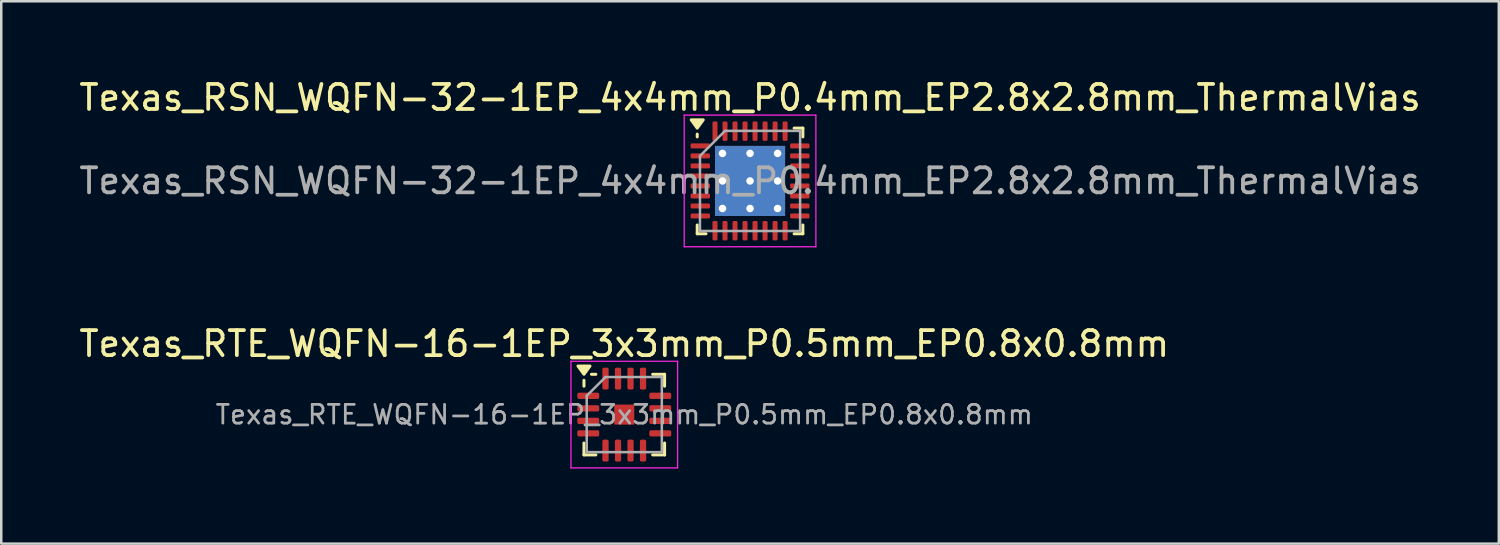
<source format=kicad_pcb>
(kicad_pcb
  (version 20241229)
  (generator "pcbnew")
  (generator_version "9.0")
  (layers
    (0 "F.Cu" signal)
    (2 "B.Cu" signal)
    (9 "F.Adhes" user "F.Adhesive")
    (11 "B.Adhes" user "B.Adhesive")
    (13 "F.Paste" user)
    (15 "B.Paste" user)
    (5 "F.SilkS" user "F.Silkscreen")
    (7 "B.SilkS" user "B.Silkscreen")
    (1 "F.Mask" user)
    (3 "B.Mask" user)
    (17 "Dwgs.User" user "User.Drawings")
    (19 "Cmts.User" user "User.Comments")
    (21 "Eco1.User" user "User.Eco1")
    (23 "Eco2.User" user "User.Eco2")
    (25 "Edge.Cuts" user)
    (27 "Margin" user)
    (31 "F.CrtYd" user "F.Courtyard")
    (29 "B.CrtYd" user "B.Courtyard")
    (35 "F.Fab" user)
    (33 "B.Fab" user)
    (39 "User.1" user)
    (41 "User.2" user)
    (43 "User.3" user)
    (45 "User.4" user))
  (footprint "Texas_RTE_WQFN-16-1EP_3x3mm_P0.5mm_EP0.8x0.8mm"
    (layer "F.Cu")
    (at 21.887 13.511)
    (property "Reference" "Texas_RTE_WQFN-16-1EP_3x3mm_P0.5mm_EP0.8x0.8mm" (at 0 -2.83 0) (layer "F.SilkS") (effects (font (size 1 1) (thickness 0.15))))
    (attr smd)
    (fp_line (start -1.61 -1.135) (end -1.61 -1.37) (stroke (width 0.12) (type solid)) (layer "F.SilkS"))
    (fp_line (start -1.61 1.61) (end -1.61 1.135) (stroke (width 0.12) (type solid)) (layer "F.SilkS"))
    (fp_line (start -1.135 -1.61) (end -1.31 -1.61) (stroke (width 0.12) (type solid)) (layer "F.SilkS"))
    (fp_line (start -1.135 1.61) (end -1.61 1.61) (stroke (width 0.12) (type solid)) (layer "F.SilkS"))
    (fp_line (start 1.135 -1.61) (end 1.61 -1.61) (stroke (width 0.12) (type solid)) (layer "F.SilkS"))
    (fp_line (start 1.135 1.61) (end 1.61 1.61) (stroke (width 0.12) (type solid)) (layer "F.SilkS"))
    (fp_line (start 1.61 -1.61) (end 1.61 -1.135) (stroke (width 0.12) (type solid)) (layer "F.SilkS"))
    (fp_line (start 1.61 1.61) (end 1.61 1.135) (stroke (width 0.12) (type solid)) (layer "F.SilkS"))
    (fp_poly (pts (xy -1.61 -1.61) (xy -1.85 -1.94) (xy -1.37 -1.94) (xy -1.61 -1.61)) (stroke (width 0.12) (type solid)) (fill yes) (layer "F.SilkS"))
    (fp_line (start -2.13 -2.13) (end -2.13 2.13) (stroke (width 0.05) (type solid)) (layer "F.CrtYd"))
    (fp_line (start -2.13 2.13) (end 2.13 2.13) (stroke (width 0.05) (type solid)) (layer "F.CrtYd"))
    (fp_line (start 2.13 -2.13) (end -2.13 -2.13) (stroke (width 0.05) (type solid)) (layer "F.CrtYd"))
    (fp_line (start 2.13 2.13) (end 2.13 -2.13) (stroke (width 0.05) (type solid)) (layer "F.CrtYd"))
    (fp_line (start -1.5 -0.75) (end -0.75 -1.5) (stroke (width 0.1) (type solid)) (layer "F.Fab"))
    (fp_line (start -1.5 1.5) (end -1.5 -0.75) (stroke (width 0.1) (type solid)) (layer "F.Fab"))
    (fp_line (start -0.75 -1.5) (end 1.5 -1.5) (stroke (width 0.1) (type solid)) (layer "F.Fab"))
    (fp_line (start 1.5 -1.5) (end 1.5 1.5) (stroke (width 0.1) (type solid)) (layer "F.Fab"))
    (fp_line (start 1.5 1.5) (end -1.5 1.5) (stroke (width 0.1) (type solid)) (layer "F.Fab"))
    (fp_text user "${REFERENCE}" (at 0 0 0) (layer "F.Fab") (effects (font (size 0.75 0.75) (thickness 0.11))))
    (pad "" smd roundrect (at -0.2 -0.2) (size 0.32 0.32) (layers "F.Paste") (roundrect_rratio 0.25))
    (pad "" smd roundrect (at -0.2 0.2) (size 0.32 0.32) (layers "F.Paste") (roundrect_rratio 0.25))
    (pad "" smd roundrect (at 0.2 -0.2) (size 0.32 0.32) (layers "F.Paste") (roundrect_rratio 0.25))
    (pad "" smd roundrect (at 0.2 0.2) (size 0.32 0.32) (layers "F.Paste") (roundrect_rratio 0.25))
    (pad "1" smd roundrect (at -1.438 -0.75) (size 0.875 0.25) (layers "F.Cu" "F.Mask" "F.Paste") (roundrect_rratio 0.25))
    (pad "2" smd roundrect (at -1.438 -0.25) (size 0.875 0.25) (layers "F.Cu" "F.Mask" "F.Paste") (roundrect_rratio 0.25))
    (pad "3" smd roundrect (at -1.438 0.25) (size 0.875 0.25) (layers "F.Cu" "F.Mask" "F.Paste") (roundrect_rratio 0.25))
    (pad "4" smd roundrect (at -1.438 0.75) (size 0.875 0.25) (layers "F.Cu" "F.Mask" "F.Paste") (roundrect_rratio 0.25))
    (pad "5" smd roundrect (at -0.75 1.438) (size 0.25 0.875) (layers "F.Cu" "F.Mask" "F.Paste") (roundrect_rratio 0.25))
    (pad "6" smd roundrect (at -0.25 1.438) (size 0.25 0.875) (layers "F.Cu" "F.Mask" "F.Paste") (roundrect_rratio 0.25))
    (pad "7" smd roundrect (at 0.25 1.438) (size 0.25 0.875) (layers "F.Cu" "F.Mask" "F.Paste") (roundrect_rratio 0.25))
    (pad "8" smd roundrect (at 0.75 1.438) (size 0.25 0.875) (layers "F.Cu" "F.Mask" "F.Paste") (roundrect_rratio 0.25))
    (pad "9" smd roundrect (at 1.438 0.75) (size 0.875 0.25) (layers "F.Cu" "F.Mask" "F.Paste") (roundrect_rratio 0.25))
    (pad "10" smd roundrect (at 1.438 0.25) (size 0.875 0.25) (layers "F.Cu" "F.Mask" "F.Paste") (roundrect_rratio 0.25))
    (pad "11" smd roundrect (at 1.438 -0.25) (size 0.875 0.25) (layers "F.Cu" "F.Mask" "F.Paste") (roundrect_rratio 0.25))
    (pad "12" smd roundrect (at 1.438 -0.75) (size 0.875 0.25) (layers "F.Cu" "F.Mask" "F.Paste") (roundrect_rratio 0.25))
    (pad "13" smd roundrect (at 0.75 -1.438) (size 0.25 0.875) (layers "F.Cu" "F.Mask" "F.Paste") (roundrect_rratio 0.25))
    (pad "14" smd roundrect (at 0.25 -1.438) (size 0.25 0.875) (layers "F.Cu" "F.Mask" "F.Paste") (roundrect_rratio 0.25))
    (pad "15" smd roundrect (at -0.25 -1.438) (size 0.25 0.875) (layers "F.Cu" "F.Mask" "F.Paste") (roundrect_rratio 0.25))
    (pad "16" smd roundrect (at -0.75 -1.438) (size 0.25 0.875) (layers "F.Cu" "F.Mask" "F.Paste") (roundrect_rratio 0.25))
    (pad "17" smd rect (at 0 0) (size 0.8 0.8) (property pad_prop_heatsink) (layers "F.Cu" "F.Mask")))
  (footprint "Texas_RSN_WQFN-32-1EP_4x4mm_P0.4mm_EP2.8x2.8mm_ThermalVias"
    (layer "F.Cu")
    (at 26.911 4.178)
    (property "Reference" "Texas_RSN_WQFN-32-1EP_4x4mm_P0.4mm_EP2.8x2.8mm_ThermalVias" (at 0 -3.33 0) (layer "F.SilkS") (effects (font (size 1 1) (thickness 0.15))))
    (attr smd)
    (fp_line (start -2.11 -1.76) (end -2.11 -1.87) (stroke (width 0.12) (type solid)) (layer "F.SilkS"))
    (fp_line (start -2.11 2.11) (end -2.11 1.76) (stroke (width 0.12) (type solid)) (layer "F.SilkS"))
    (fp_line (start -1.76 2.11) (end -2.11 2.11) (stroke (width 0.12) (type solid)) (layer "F.SilkS"))
    (fp_line (start 1.76 -2.11) (end 2.11 -2.11) (stroke (width 0.12) (type solid)) (layer "F.SilkS"))
    (fp_line (start 1.76 2.11) (end 2.11 2.11) (stroke (width 0.12) (type solid)) (layer "F.SilkS"))
    (fp_line (start 2.11 -2.11) (end 2.11 -1.76) (stroke (width 0.12) (type solid)) (layer "F.SilkS"))
    (fp_line (start 2.11 2.11) (end 2.11 1.76) (stroke (width 0.12) (type solid)) (layer "F.SilkS"))
    (fp_poly (pts (xy -2.11 -2.11) (xy -2.35 -2.44) (xy -1.87 -2.44) (xy -2.11 -2.11)) (stroke (width 0.12) (type solid)) (fill yes) (layer "F.SilkS"))
    (fp_line (start -2.63 -2.63) (end -2.63 2.63) (stroke (width 0.05) (type solid)) (layer "F.CrtYd"))
    (fp_line (start -2.63 2.63) (end 2.63 2.63) (stroke (width 0.05) (type solid)) (layer "F.CrtYd"))
    (fp_line (start 2.63 -2.63) (end -2.63 -2.63) (stroke (width 0.05) (type solid)) (layer "F.CrtYd"))
    (fp_line (start 2.63 2.63) (end 2.63 -2.63) (stroke (width 0.05) (type solid)) (layer "F.CrtYd"))
    (fp_line (start -2 -1) (end -1 -2) (stroke (width 0.1) (type solid)) (layer "F.Fab"))
    (fp_line (start -2 2) (end -2 -1) (stroke (width 0.1) (type solid)) (layer "F.Fab"))
    (fp_line (start -1 -2) (end 2 -2) (stroke (width 0.1) (type solid)) (layer "F.Fab"))
    (fp_line (start 2 -2) (end 2 2) (stroke (width 0.1) (type solid)) (layer "F.Fab"))
    (fp_line (start 2 2) (end -2 2) (stroke (width 0.1) (type solid)) (layer "F.Fab"))
    (fp_text user "${REFERENCE}" (at 0 0 0) (layer "F.Fab") (effects (font (size 1 1) (thickness 0.15))))
    (pad "" smd roundrect (at -0.7 -0.7) (size 1.17 1.17) (layers "F.Paste") (roundrect_rratio 0.214))
    (pad "" smd roundrect (at -0.7 0.7) (size 1.17 1.17) (layers "F.Paste") (roundrect_rratio 0.214))
    (pad "" smd roundrect (at 0.7 -0.7) (size 1.17 1.17) (layers "F.Paste") (roundrect_rratio 0.214))
    (pad "" smd roundrect (at 0.7 0.7) (size 1.17 1.17) (layers "F.Paste") (roundrect_rratio 0.214))
    (pad "1" smd roundrect (at -1.988 -1.4) (size 0.775 0.2) (layers "F.Cu" "F.Mask" "F.Paste") (roundrect_rratio 0.25))
    (pad "2" smd roundrect (at -1.988 -1) (size 0.775 0.2) (layers "F.Cu" "F.Mask" "F.Paste") (roundrect_rratio 0.25))
    (pad "3" smd roundrect (at -1.988 -0.6) (size 0.775 0.2) (layers "F.Cu" "F.Mask" "F.Paste") (roundrect_rratio 0.25))
    (pad "4" smd roundrect (at -1.988 -0.2) (size 0.775 0.2) (layers "F.Cu" "F.Mask" "F.Paste") (roundrect_rratio 0.25))
    (pad "5" smd roundrect (at -1.988 0.2) (size 0.775 0.2) (layers "F.Cu" "F.Mask" "F.Paste") (roundrect_rratio 0.25))
    (pad "6" smd roundrect (at -1.988 0.6) (size 0.775 0.2) (layers "F.Cu" "F.Mask" "F.Paste") (roundrect_rratio 0.25))
    (pad "7" smd roundrect (at -1.988 1) (size 0.775 0.2) (layers "F.Cu" "F.Mask" "F.Paste") (roundrect_rratio 0.25))
    (pad "8" smd roundrect (at -1.988 1.4) (size 0.775 0.2) (layers "F.Cu" "F.Mask" "F.Paste") (roundrect_rratio 0.25))
    (pad "9" smd roundrect (at -1.4 1.988) (size 0.2 0.775) (layers "F.Cu" "F.Mask" "F.Paste") (roundrect_rratio 0.25))
    (pad "10" smd roundrect (at -1 1.988) (size 0.2 0.775) (layers "F.Cu" "F.Mask" "F.Paste") (roundrect_rratio 0.25))
    (pad "11" smd roundrect (at -0.6 1.988) (size 0.2 0.775) (layers "F.Cu" "F.Mask" "F.Paste") (roundrect_rratio 0.25))
    (pad "12" smd roundrect (at -0.2 1.988) (size 0.2 0.775) (layers "F.Cu" "F.Mask" "F.Paste") (roundrect_rratio 0.25))
    (pad "13" smd roundrect (at 0.2 1.988) (size 0.2 0.775) (layers "F.Cu" "F.Mask" "F.Paste") (roundrect_rratio 0.25))
    (pad "14" smd roundrect (at 0.6 1.988) (size 0.2 0.775) (layers "F.Cu" "F.Mask" "F.Paste") (roundrect_rratio 0.25))
    (pad "15" smd roundrect (at 1 1.988) (size 0.2 0.775) (layers "F.Cu" "F.Mask" "F.Paste") (roundrect_rratio 0.25))
    (pad "16" smd roundrect (at 1.4 1.988) (size 0.2 0.775) (layers "F.Cu" "F.Mask" "F.Paste") (roundrect_rratio 0.25))
    (pad "17" smd roundrect (at 1.988 1.4) (size 0.775 0.2) (layers "F.Cu" "F.Mask" "F.Paste") (roundrect_rratio 0.25))
    (pad "18" smd roundrect (at 1.988 1) (size 0.775 0.2) (layers "F.Cu" "F.Mask" "F.Paste") (roundrect_rratio 0.25))
    (pad "19" smd roundrect (at 1.988 0.6) (size 0.775 0.2) (layers "F.Cu" "F.Mask" "F.Paste") (roundrect_rratio 0.25))
    (pad "20" smd roundrect (at 1.988 0.2) (size 0.775 0.2) (layers "F.Cu" "F.Mask" "F.Paste") (roundrect_rratio 0.25))
    (pad "21" smd roundrect (at 1.988 -0.2) (size 0.775 0.2) (layers "F.Cu" "F.Mask" "F.Paste") (roundrect_rratio 0.25))
    (pad "22" smd roundrect (at 1.988 -0.6) (size 0.775 0.2) (layers "F.Cu" "F.Mask" "F.Paste") (roundrect_rratio 0.25))
    (pad "23" smd roundrect (at 1.988 -1) (size 0.775 0.2) (layers "F.Cu" "F.Mask" "F.Paste") (roundrect_rratio 0.25))
    (pad "24" smd roundrect (at 1.988 -1.4) (size 0.775 0.2) (layers "F.Cu" "F.Mask" "F.Paste") (roundrect_rratio 0.25))
    (pad "25" smd roundrect (at 1.4 -1.988) (size 0.2 0.775) (layers "F.Cu" "F.Mask" "F.Paste") (roundrect_rratio 0.25))
    (pad "26" smd roundrect (at 1 -1.988) (size 0.2 0.775) (layers "F.Cu" "F.Mask" "F.Paste") (roundrect_rratio 0.25))
    (pad "27" smd roundrect (at 0.6 -1.988) (size 0.2 0.775) (layers "F.Cu" "F.Mask" "F.Paste") (roundrect_rratio 0.25))
    (pad "28" smd roundrect (at 0.2 -1.988) (size 0.2 0.775) (layers "F.Cu" "F.Mask" "F.Paste") (roundrect_rratio 0.25))
    (pad "29" smd roundrect (at -0.2 -1.988) (size 0.2 0.775) (layers "F.Cu" "F.Mask" "F.Paste") (roundrect_rratio 0.25))
    (pad "30" smd roundrect (at -0.6 -1.988) (size 0.2 0.775) (layers "F.Cu" "F.Mask" "F.Paste") (roundrect_rratio 0.25))
    (pad "31" smd roundrect (at -1 -1.988) (size 0.2 0.775) (layers "F.Cu" "F.Mask" "F.Paste") (roundrect_rratio 0.25))
    (pad "32" smd roundrect (at -1.4 -1.988) (size 0.2 0.775) (layers "F.Cu" "F.Mask" "F.Paste") (roundrect_rratio 0.25))
    (pad "33" thru_hole circle (at -1.1 -1.1) (size 0.6 0.6) (drill 0.3) (property pad_prop_heatsink) (layers "*.Cu"))
    (pad "33" thru_hole circle (at -1.1 0) (size 0.6 0.6) (drill 0.3) (property pad_prop_heatsink) (layers "*.Cu"))
    (pad "33" thru_hole circle (at -1.1 1.1) (size 0.6 0.6) (drill 0.3) (property pad_prop_heatsink) (layers "*.Cu"))
    (pad "33" thru_hole circle (at 0 -1.1) (size 0.6 0.6) (drill 0.3) (property pad_prop_heatsink) (layers "*.Cu"))
    (pad "33" thru_hole circle (at 0 0) (size 0.6 0.6) (drill 0.3) (property pad_prop_heatsink) (layers "*.Cu"))
    (pad "33" smd rect (at 0 0) (size 2.8 2.8) (property pad_prop_heatsink) (layers "F.Cu" "F.Mask"))
    (pad "33" smd rect (at 0 0) (size 2.8 2.8) (property pad_prop_heatsink) (layers "B.Cu"))
    (pad "33" thru_hole circle (at 0 1.1) (size 0.6 0.6) (drill 0.3) (property pad_prop_heatsink) (layers "*.Cu"))
    (pad "33" thru_hole circle (at 1.1 -1.1) (size 0.6 0.6) (drill 0.3) (property pad_prop_heatsink) (layers "*.Cu"))
    (pad "33" thru_hole circle (at 1.1 0) (size 0.6 0.6) (drill 0.3) (property pad_prop_heatsink) (layers "*.Cu"))
    (pad "33" thru_hole circle (at 1.1 1.1) (size 0.6 0.6) (drill 0.3) (property pad_prop_heatsink) (layers "*.Cu")))
  (gr_rect
    (start -3 -3)
    (end 56.821 18.666)
    (stroke (width 0.1) (type default))
    (fill no)
    (layer "Edge.Cuts")))
</source>
